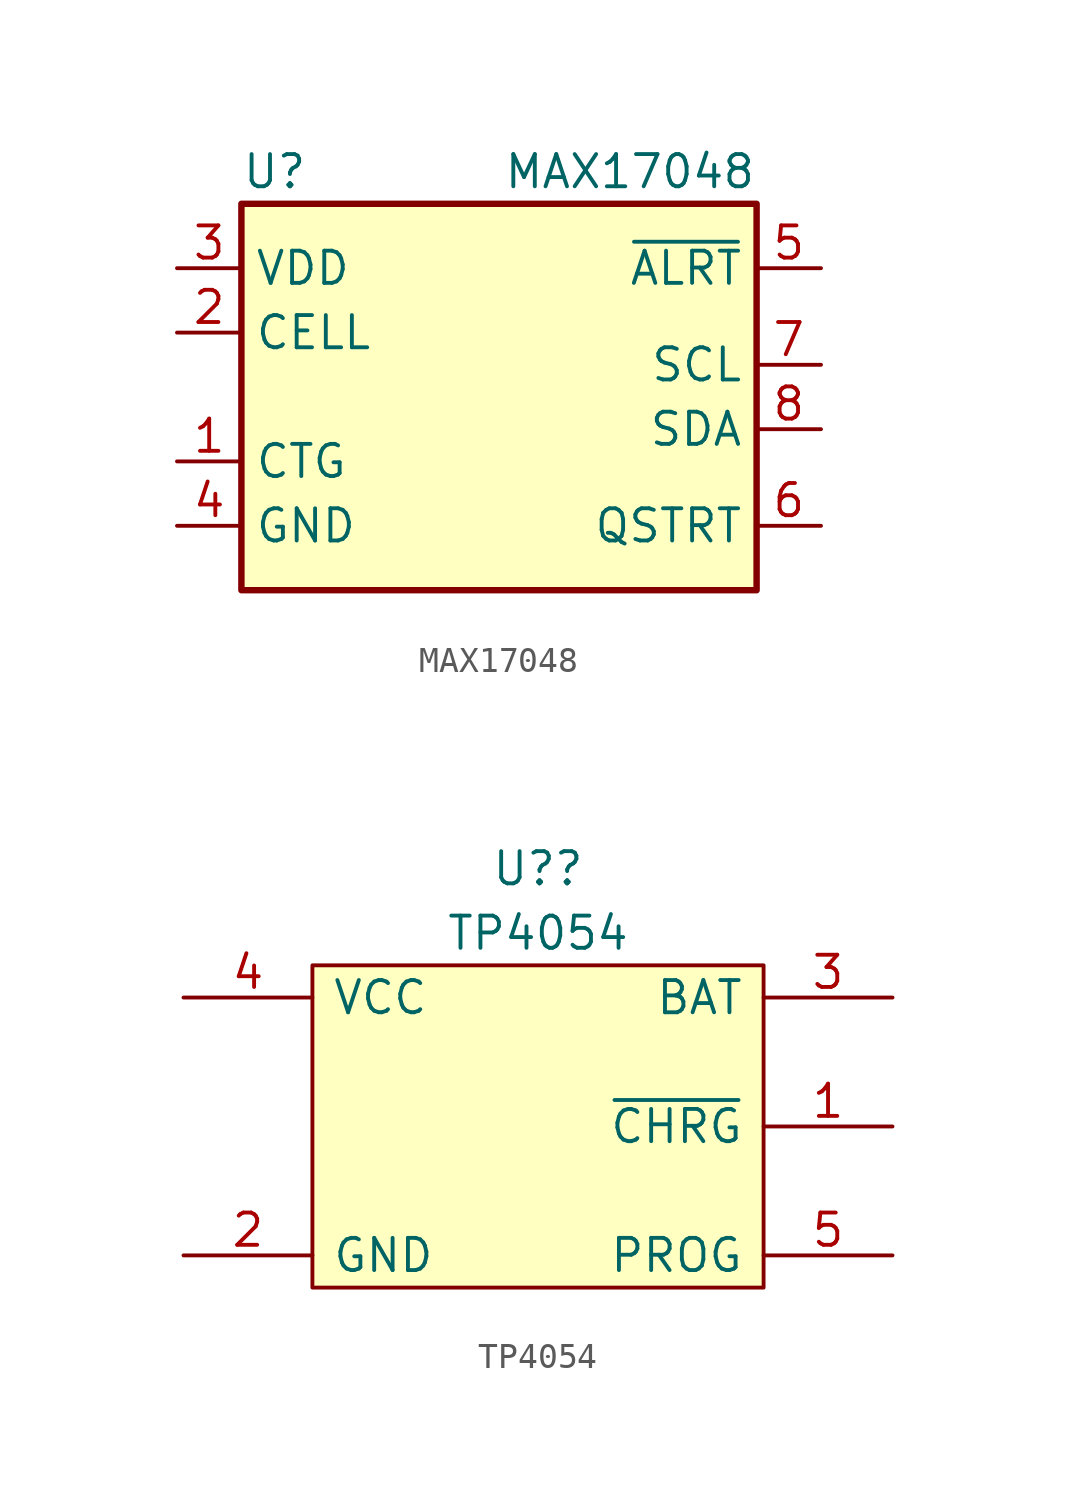
<source format=kicad_sym>
(kicad_symbol_lib
  (version 20220914)
  (generator kicad_symbol_editor)
  (symbol "MAX17048"
    (property "Reference" "U"
      (at -10.16 8.89 0)
      (effects (font (size 1.27 1.27)) (justify left)))
    (property "Value" "MAX17048"
      (at 10.16 8.89 0)
      (effects (font (size 1.27 1.27)) (justify right)))
    (symbol "MAX17048_0_1"
      (rectangle (start -10.16 7.62) (end 10.16 -7.62) (stroke (width 0.254) (type default)) (fill (type background))))
    (symbol "MAX17048_1_1"
      (pin power_in line (at -12.7 -2.54 0) (length 2.54) (name "CTG" (effects (font (size 1.27 1.27)))) (number "1" (effects (font (size 1.27 1.27)))))
      (pin power_in line (at -12.7 2.54 0) (length 2.54) (name "CELL" (effects (font (size 1.27 1.27)))) (number "2" (effects (font (size 1.27 1.27)))))
      (pin power_in line (at -12.7 5.08 0) (length 2.54) (name "VDD" (effects (font (size 1.27 1.27)))) (number "3" (effects (font (size 1.27 1.27)))))
      (pin power_in line (at -12.7 -5.08 0) (length 2.54) (name "GND" (effects (font (size 1.27 1.27)))) (number "4" (effects (font (size 1.27 1.27)))))
      (pin output line (at 12.7 5.08 180) (length 2.54) (name "~{ALRT}" (effects (font (size 1.27 1.27)))) (number "5" (effects (font (size 1.27 1.27)))))
      (pin input line (at 12.7 -5.08 180) (length 2.54) (name "QSTRT" (effects (font (size 1.27 1.27)))) (number "6" (effects (font (size 1.27 1.27)))))
      (pin input line (at 12.7 1.27 180) (length 2.54) (name "SCL" (effects (font (size 1.27 1.27)))) (number "7" (effects (font (size 1.27 1.27)))))
      (pin bidirectional line (at 12.7 -1.27 180) (length 2.54) (name "SDA" (effects (font (size 1.27 1.27)))) (number "8" (effects (font (size 1.27 1.27)))))
      (pin power_in line (at -12.7 -5.08 0) (length 2.54) hide (name "GND" (effects (font (size 1.27 1.27)))) (number "9" (effects (font (size 1.27 1.27)))))))
  (symbol "TP4054"
    (pin_names
      (offset 0.762))
    (property "Reference" "U?"
      (at 0 10.16 0)
      (effects (font (size 1.27 1.27))))
    (property "Value" "TP4054"
      (at 0 7.62 0)
      (effects (font (size 1.27 1.27))))
    (symbol "TP4054_0_0"
      (pin passive line (at 13.97 0 180) (length 5.08) (name "~{CHRG}" (effects (font (size 1.27 1.27)))) (number "1" (effects (font (size 1.27 1.27)))))
      (pin passive line (at -13.97 -5.08 0) (length 5.08) (name "GND" (effects (font (size 1.27 1.27)))) (number "2" (effects (font (size 1.27 1.27)))))
      (pin passive line (at 13.97 5.08 180) (length 5.08) (name "BAT" (effects (font (size 1.27 1.27)))) (number "3" (effects (font (size 1.27 1.27)))))
      (pin passive line (at -13.97 5.08 0) (length 5.08) (name "VCC" (effects (font (size 1.27 1.27)))) (number "4" (effects (font (size 1.27 1.27)))))
      (pin passive line (at 13.97 -5.08 180) (length 5.08) (name "PROG" (effects (font (size 1.27 1.27)))) (number "5" (effects (font (size 1.27 1.27))))))
    (symbol "TP4054_1_1"
      (polyline (pts (xy -8.89 6.35) (xy 8.89 6.35) (xy 8.89 -6.35) (xy -8.89 -6.35) (xy -8.89 6.35)) (stroke (width 0.152) (type solid)) (fill (type background))))))
</source>
